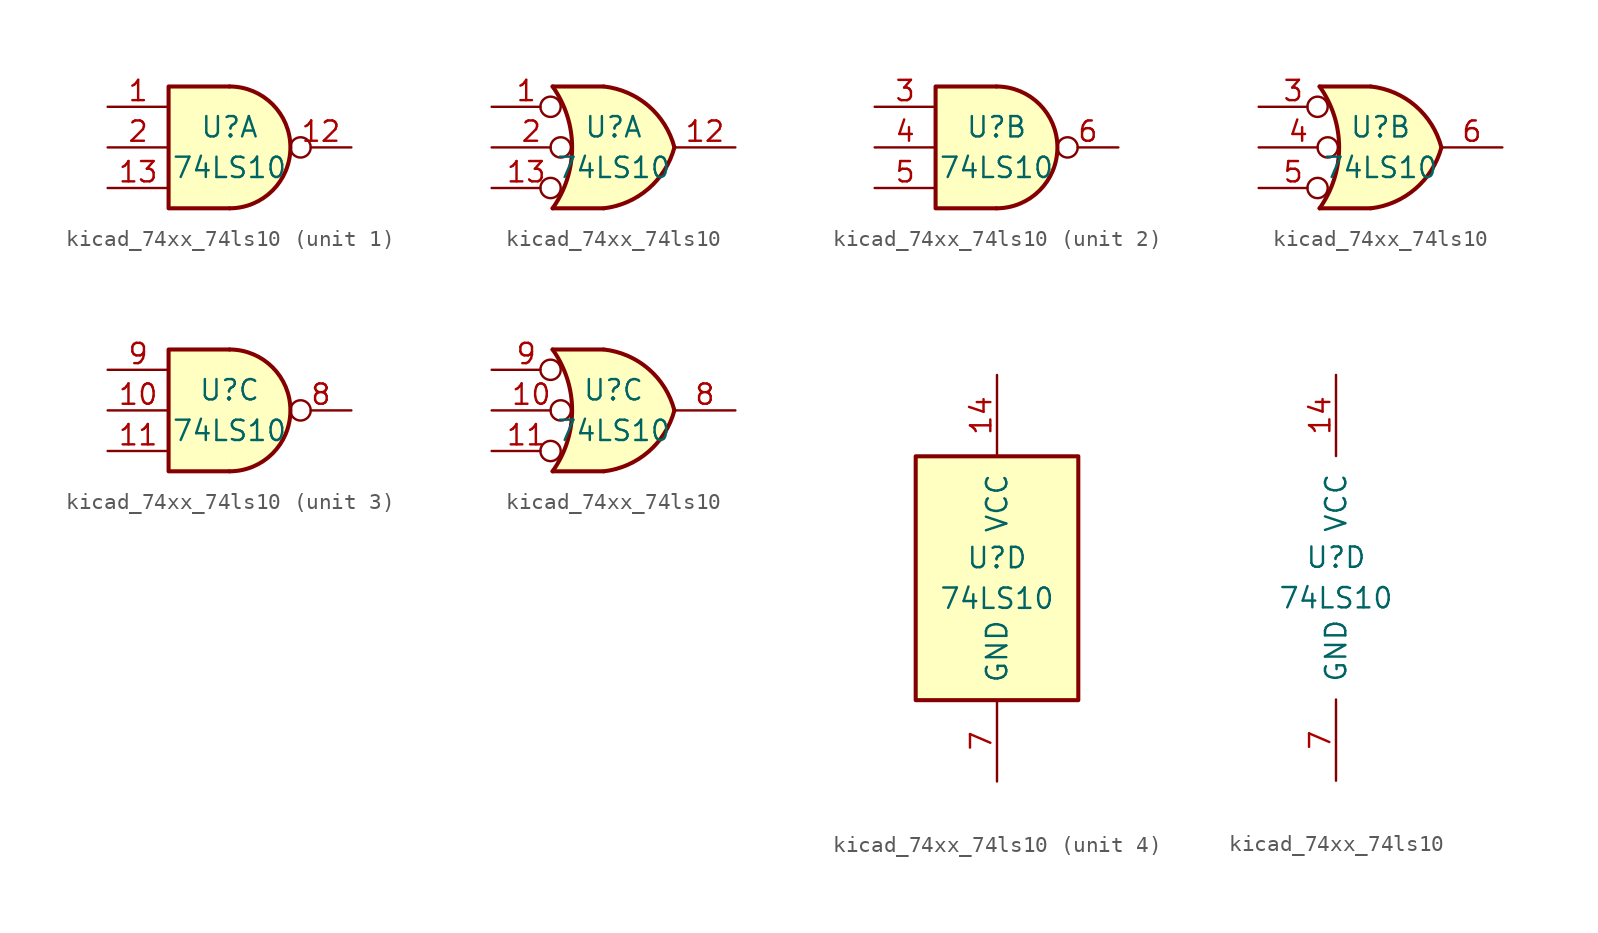
<source format=kicad_sym>
(kicad_symbol_lib
  (version 20220914)
  (generator kicad_symbol_editor)
  (symbol "kicad_74xx_74ls10"
    (pin_names
      (offset 1.016))
    (property "Reference" "U"
      (at 0 1.27 0)
      (effects (font (size 1.27 1.27))))
    (property "Value" "74LS10"
      (at 0 -1.27 0)
      (effects (font (size 1.27 1.27))))
    (property "ki_locked" ""
      (at 0 0 0)
      (effects (font (size 1.27 1.27))))
    (symbol "kicad_74xx_74ls10_1_1"
      (arc (start 0 -3.81) (mid 3.7934 0) (end 0 3.81) (stroke (width 0.254) (type default)) (fill (type background)))
      (polyline (pts (xy 0 3.81) (xy -3.81 3.81) (xy -3.81 -3.81) (xy 0 -3.81)) (stroke (width 0.254) (type default)) (fill (type background)))
      (pin input line (at -7.62 2.54 0) (length 3.81) (name "~" (effects (font (size 1.27 1.27)))) (number "1" (effects (font (size 1.27 1.27)))))
      (pin output inverted (at 7.62 0 180) (length 3.81) (name "~" (effects (font (size 1.27 1.27)))) (number "12" (effects (font (size 1.27 1.27)))))
      (pin input line (at -7.62 -2.54 0) (length 3.81) (name "~" (effects (font (size 1.27 1.27)))) (number "13" (effects (font (size 1.27 1.27)))))
      (pin input line (at -7.62 0 0) (length 3.81) (name "~" (effects (font (size 1.27 1.27)))) (number "2" (effects (font (size 1.27 1.27))))))
    (symbol "kicad_74xx_74ls10_1_2"
      (arc (start -3.81 -3.81) (mid -2.589 0) (end -3.81 3.81) (stroke (width 0.254) (type default)) (fill (type none)))
      (arc (start -0.6096 -3.81) (mid 2.1842 -2.5851) (end 3.81 0) (stroke (width 0.254) (type default)) (fill (type background)))
      (polyline (pts (xy -3.81 -3.81) (xy -0.635 -3.81)) (stroke (width 0.254) (type default)) (fill (type background)))
      (polyline (pts (xy -3.81 3.81) (xy -0.635 3.81)) (stroke (width 0.254) (type default)) (fill (type background)))
      (polyline (pts (xy -0.635 3.81) (xy -3.81 3.81) (xy -3.81 3.81) (xy -3.556 3.404) (xy -3.023 2.261) (xy -2.692 1.041) (xy -2.616 -0.254) (xy -2.769 -1.499) (xy -3.175 -2.718) (xy -3.81 -3.81) (xy -3.81 -3.81) (xy -0.635 -3.81)) (stroke (width -25.4) (type default)) (fill (type background)))
      (arc (start 3.81 0) (mid 2.1915 2.5936) (end -0.6096 3.81) (stroke (width 0.254) (type default)) (fill (type background)))
      (pin input inverted (at -7.62 2.54 0) (length 4.318) (name "~" (effects (font (size 1.27 1.27)))) (number "1" (effects (font (size 1.27 1.27)))))
      (pin output line (at 7.62 0 180) (length 3.81) (name "~" (effects (font (size 1.27 1.27)))) (number "12" (effects (font (size 1.27 1.27)))))
      (pin input inverted (at -7.62 -2.54 0) (length 4.318) (name "~" (effects (font (size 1.27 1.27)))) (number "13" (effects (font (size 1.27 1.27)))))
      (pin input inverted (at -7.62 0 0) (length 4.953) (name "~" (effects (font (size 1.27 1.27)))) (number "2" (effects (font (size 1.27 1.27))))))
    (symbol "kicad_74xx_74ls10_2_1"
      (arc (start 0 -3.81) (mid 3.7934 0) (end 0 3.81) (stroke (width 0.254) (type default)) (fill (type background)))
      (polyline (pts (xy 0 3.81) (xy -3.81 3.81) (xy -3.81 -3.81) (xy 0 -3.81)) (stroke (width 0.254) (type default)) (fill (type background)))
      (pin input line (at -7.62 2.54 0) (length 3.81) (name "~" (effects (font (size 1.27 1.27)))) (number "3" (effects (font (size 1.27 1.27)))))
      (pin input line (at -7.62 0 0) (length 3.81) (name "~" (effects (font (size 1.27 1.27)))) (number "4" (effects (font (size 1.27 1.27)))))
      (pin input line (at -7.62 -2.54 0) (length 3.81) (name "~" (effects (font (size 1.27 1.27)))) (number "5" (effects (font (size 1.27 1.27)))))
      (pin output inverted (at 7.62 0 180) (length 3.81) (name "~" (effects (font (size 1.27 1.27)))) (number "6" (effects (font (size 1.27 1.27))))))
    (symbol "kicad_74xx_74ls10_2_2"
      (arc (start -3.81 -3.81) (mid -2.589 0) (end -3.81 3.81) (stroke (width 0.254) (type default)) (fill (type none)))
      (arc (start -0.6096 -3.81) (mid 2.1842 -2.5851) (end 3.81 0) (stroke (width 0.254) (type default)) (fill (type background)))
      (polyline (pts (xy -3.81 -3.81) (xy -0.635 -3.81)) (stroke (width 0.254) (type default)) (fill (type background)))
      (polyline (pts (xy -3.81 3.81) (xy -0.635 3.81)) (stroke (width 0.254) (type default)) (fill (type background)))
      (polyline (pts (xy -0.635 3.81) (xy -3.81 3.81) (xy -3.81 3.81) (xy -3.556 3.404) (xy -3.023 2.261) (xy -2.692 1.041) (xy -2.616 -0.254) (xy -2.769 -1.499) (xy -3.175 -2.718) (xy -3.81 -3.81) (xy -3.81 -3.81) (xy -0.635 -3.81)) (stroke (width -25.4) (type default)) (fill (type background)))
      (arc (start 3.81 0) (mid 2.1915 2.5936) (end -0.6096 3.81) (stroke (width 0.254) (type default)) (fill (type background)))
      (pin input inverted (at -7.62 2.54 0) (length 4.318) (name "~" (effects (font (size 1.27 1.27)))) (number "3" (effects (font (size 1.27 1.27)))))
      (pin input inverted (at -7.62 0 0) (length 4.953) (name "~" (effects (font (size 1.27 1.27)))) (number "4" (effects (font (size 1.27 1.27)))))
      (pin input inverted (at -7.62 -2.54 0) (length 4.318) (name "~" (effects (font (size 1.27 1.27)))) (number "5" (effects (font (size 1.27 1.27)))))
      (pin output line (at 7.62 0 180) (length 3.81) (name "~" (effects (font (size 1.27 1.27)))) (number "6" (effects (font (size 1.27 1.27))))))
    (symbol "kicad_74xx_74ls10_3_1"
      (arc (start 0 -3.81) (mid 3.7934 0) (end 0 3.81) (stroke (width 0.254) (type default)) (fill (type background)))
      (polyline (pts (xy 0 3.81) (xy -3.81 3.81) (xy -3.81 -3.81) (xy 0 -3.81)) (stroke (width 0.254) (type default)) (fill (type background)))
      (pin input line (at -7.62 0 0) (length 3.81) (name "~" (effects (font (size 1.27 1.27)))) (number "10" (effects (font (size 1.27 1.27)))))
      (pin input line (at -7.62 -2.54 0) (length 3.81) (name "~" (effects (font (size 1.27 1.27)))) (number "11" (effects (font (size 1.27 1.27)))))
      (pin output inverted (at 7.62 0 180) (length 3.81) (name "~" (effects (font (size 1.27 1.27)))) (number "8" (effects (font (size 1.27 1.27)))))
      (pin input line (at -7.62 2.54 0) (length 3.81) (name "~" (effects (font (size 1.27 1.27)))) (number "9" (effects (font (size 1.27 1.27))))))
    (symbol "kicad_74xx_74ls10_3_2"
      (arc (start -3.81 -3.81) (mid -2.589 0) (end -3.81 3.81) (stroke (width 0.254) (type default)) (fill (type none)))
      (arc (start -0.6096 -3.81) (mid 2.1842 -2.5851) (end 3.81 0) (stroke (width 0.254) (type default)) (fill (type background)))
      (polyline (pts (xy -3.81 -3.81) (xy -0.635 -3.81)) (stroke (width 0.254) (type default)) (fill (type background)))
      (polyline (pts (xy -3.81 3.81) (xy -0.635 3.81)) (stroke (width 0.254) (type default)) (fill (type background)))
      (polyline (pts (xy -0.635 3.81) (xy -3.81 3.81) (xy -3.81 3.81) (xy -3.556 3.404) (xy -3.023 2.261) (xy -2.692 1.041) (xy -2.616 -0.254) (xy -2.769 -1.499) (xy -3.175 -2.718) (xy -3.81 -3.81) (xy -3.81 -3.81) (xy -0.635 -3.81)) (stroke (width -25.4) (type default)) (fill (type background)))
      (arc (start 3.81 0) (mid 2.1915 2.5936) (end -0.6096 3.81) (stroke (width 0.254) (type default)) (fill (type background)))
      (pin input inverted (at -7.62 0 0) (length 4.953) (name "~" (effects (font (size 1.27 1.27)))) (number "10" (effects (font (size 1.27 1.27)))))
      (pin input inverted (at -7.62 -2.54 0) (length 4.318) (name "~" (effects (font (size 1.27 1.27)))) (number "11" (effects (font (size 1.27 1.27)))))
      (pin output line (at 7.62 0 180) (length 3.81) (name "~" (effects (font (size 1.27 1.27)))) (number "8" (effects (font (size 1.27 1.27)))))
      (pin input inverted (at -7.62 2.54 0) (length 4.318) (name "~" (effects (font (size 1.27 1.27)))) (number "9" (effects (font (size 1.27 1.27))))))
    (symbol "kicad_74xx_74ls10_4_0"
      (pin power_in line (at 0 12.7 270) (length 5.08) (name "VCC" (effects (font (size 1.27 1.27)))) (number "14" (effects (font (size 1.27 1.27)))))
      (pin power_in line (at 0 -12.7 90) (length 5.08) (name "GND" (effects (font (size 1.27 1.27)))) (number "7" (effects (font (size 1.27 1.27))))))
    (symbol "kicad_74xx_74ls10_4_1"
      (rectangle (start -5.08 7.62) (end 5.08 -7.62) (stroke (width 0.254) (type default)) (fill (type background))))))
</source>
